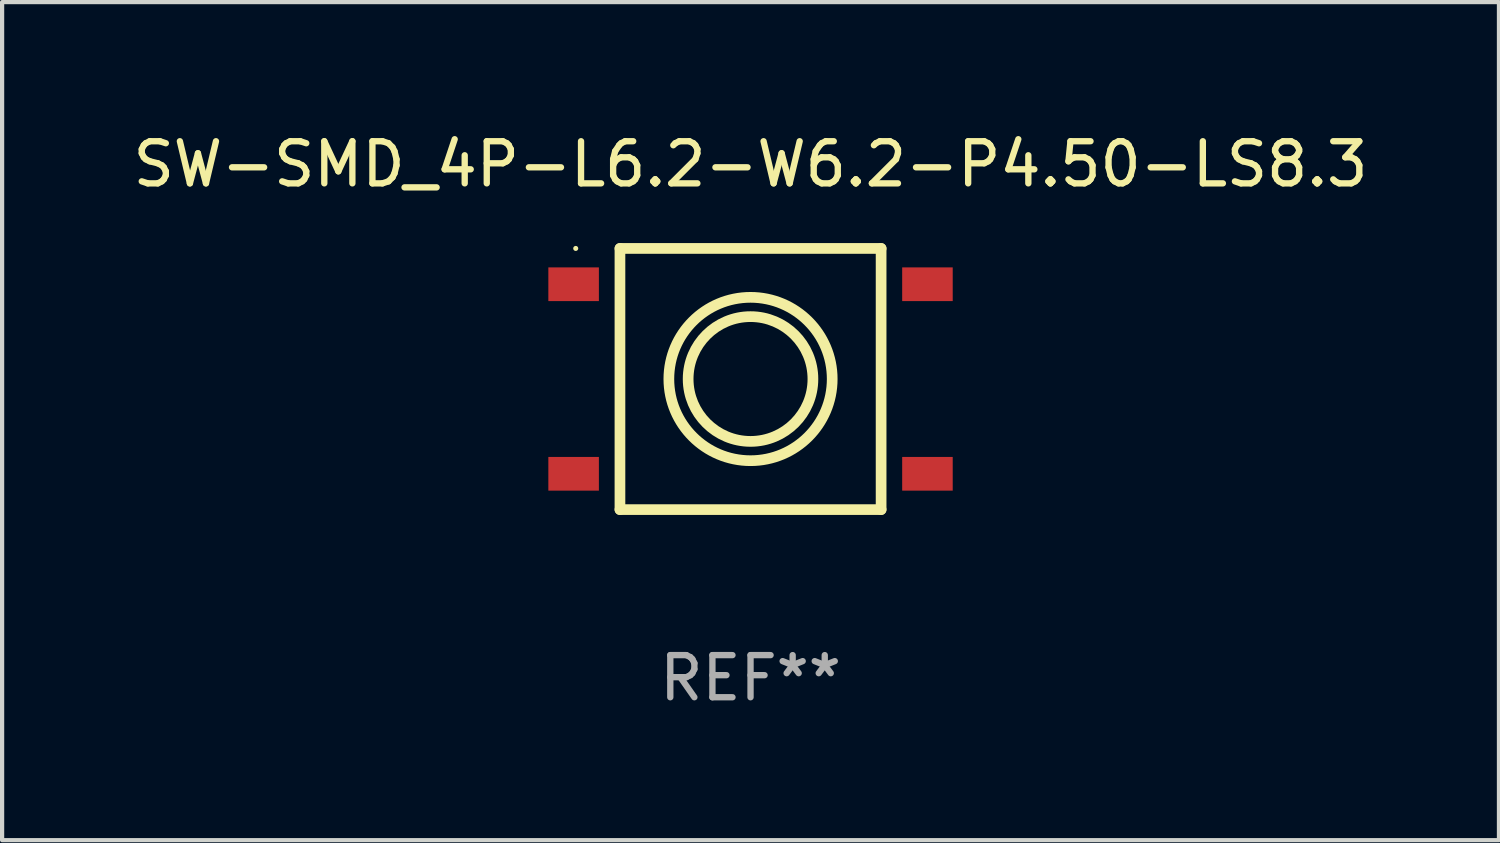
<source format=kicad_pcb>
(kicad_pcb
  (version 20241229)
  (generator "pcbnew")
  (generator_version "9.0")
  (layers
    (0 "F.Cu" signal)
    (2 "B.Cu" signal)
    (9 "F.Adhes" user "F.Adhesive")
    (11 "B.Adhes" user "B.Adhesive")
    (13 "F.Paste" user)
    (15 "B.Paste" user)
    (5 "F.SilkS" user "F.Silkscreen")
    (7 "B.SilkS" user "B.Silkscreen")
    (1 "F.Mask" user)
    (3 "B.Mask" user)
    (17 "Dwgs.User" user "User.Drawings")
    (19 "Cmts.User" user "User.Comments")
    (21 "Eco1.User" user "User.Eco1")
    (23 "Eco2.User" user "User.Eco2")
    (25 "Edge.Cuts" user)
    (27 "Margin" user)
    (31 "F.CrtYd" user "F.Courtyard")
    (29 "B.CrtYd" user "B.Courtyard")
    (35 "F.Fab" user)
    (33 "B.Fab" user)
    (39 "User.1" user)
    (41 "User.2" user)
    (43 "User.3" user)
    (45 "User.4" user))
  (footprint "SW-SMD_4P-L6.2-W6.2-P4.50-LS8.3"
    (layer "F.Cu")
    (at 14.768 5.948)
    (property "Reference" "SW-SMD_4P-L6.2-W6.2-P4.50-LS8.3" (at 0 -5.1 0) (layer "F.SilkS") (effects (font (size 1 1) (thickness 0.15))))
    (attr smd)
    (fp_line (start -3.1 -3.1) (end -3.1 3.1) (stroke (width 0.254) (type solid)) (layer "F.SilkS"))
    (fp_line (start -3.1 -3.1) (end 3.1 -3.1) (stroke (width 0.254) (type solid)) (layer "F.SilkS"))
    (fp_line (start -3.1 3.1) (end 3.1 3.1) (stroke (width 0.254) (type solid)) (layer "F.SilkS"))
    (fp_line (start 3.1 -3.1) (end 3.1 3.1) (stroke (width 0.254) (type solid)) (layer "F.SilkS"))
    (fp_circle (center -4.15 -3.1) (end -4.12 -3.1) (stroke (width 0.06) (type solid)) (fill no) (layer "F.SilkS"))
    (fp_circle (center 0 0) (end 1.481 0) (stroke (width 0.254) (type solid)) (fill no) (layer "F.SilkS"))
    (fp_circle (center 0 0) (end 1.939 0) (stroke (width 0.254) (type solid)) (fill no) (layer "F.SilkS"))
    (fp_text user "REF**" (at 0 7.1 0) (layer "F.Fab") (effects (font (size 1 1) (thickness 0.15))))
    (pad "1" smd rect (at -4.2 -2.25) (size 1.2 0.8) (layers "F.Cu" "F.Mask" "F.Paste"))
    (pad "2" smd rect (at 4.2 -2.25) (size 1.2 0.8) (layers "F.Cu" "F.Mask" "F.Paste"))
    (pad "3" smd rect (at -4.2 2.25) (size 1.2 0.8) (layers "F.Cu" "F.Mask" "F.Paste"))
    (pad "4" smd rect (at 4.2 2.25) (size 1.2 0.8) (layers "F.Cu" "F.Mask" "F.Paste")))
  (gr_rect
    (start -3 -3)
    (end 32.536 16.896)
    (stroke (width 0.1) (type default))
    (fill no)
    (layer "Edge.Cuts")))
</source>
